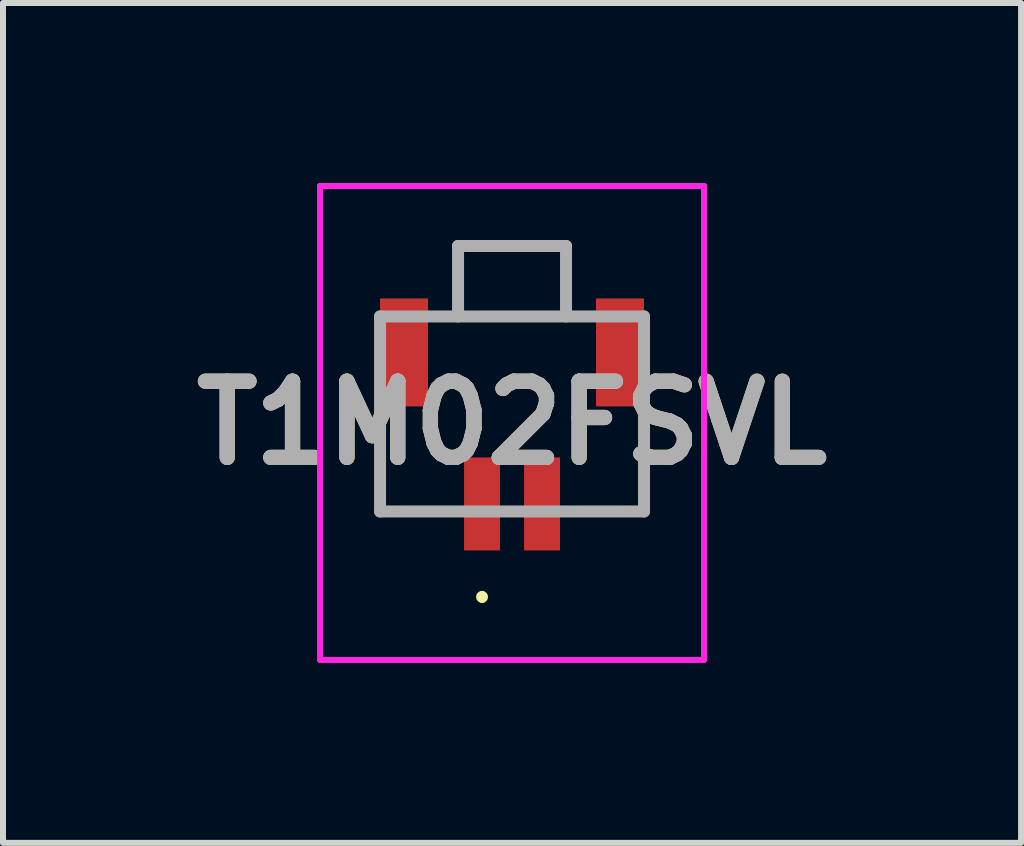
<source format=kicad_pcb>
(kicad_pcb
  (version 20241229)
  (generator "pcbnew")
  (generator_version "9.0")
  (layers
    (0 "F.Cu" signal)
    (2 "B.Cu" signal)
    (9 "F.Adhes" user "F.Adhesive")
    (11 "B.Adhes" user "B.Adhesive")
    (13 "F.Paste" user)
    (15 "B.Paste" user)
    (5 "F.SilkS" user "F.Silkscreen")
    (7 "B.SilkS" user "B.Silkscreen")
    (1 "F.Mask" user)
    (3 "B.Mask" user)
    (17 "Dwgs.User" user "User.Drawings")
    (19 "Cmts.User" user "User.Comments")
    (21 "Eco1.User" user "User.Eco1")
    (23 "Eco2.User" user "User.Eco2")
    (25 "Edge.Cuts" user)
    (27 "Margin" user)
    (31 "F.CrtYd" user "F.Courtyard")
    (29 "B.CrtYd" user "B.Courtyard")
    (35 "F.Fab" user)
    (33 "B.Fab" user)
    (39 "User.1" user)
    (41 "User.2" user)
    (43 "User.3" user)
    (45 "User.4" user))
  (footprint "T1M02FSVL"
    (layer "F.Cu")
    (at 5.485 3.85)
    (property "Reference" "T1M02FSVL" (at 0 0.15 0) (layer "F.SilkS") (effects (font (size 1.27 1.27) (thickness 0.254))))
    (attr smd)
    (fp_line (start -2.2 0.3) (end -2.2 1.625) (stroke (width 0.1) (type solid)) (layer "F.SilkS"))
    (fp_line (start -0.5 3) (end -0.5 3) (stroke (width 0.1) (type solid)) (layer "F.SilkS"))
    (fp_line (start -0.5 3.1) (end -0.5 3.1) (stroke (width 0.1) (type solid)) (layer "F.SilkS"))
    (fp_line (start 0.9 -1.625) (end -0.9 -1.625) (stroke (width 0.1) (type solid)) (layer "F.SilkS"))
    (fp_line (start 2.2 0.3) (end 2.2 1.5) (stroke (width 0.1) (type solid)) (layer "F.SilkS"))
    (fp_arc (start -0.5 3) (mid -0.45 3.05) (end -0.5 3.1) (stroke (width 0.1) (type solid)) (layer "F.SilkS"))
    (fp_arc (start -0.5 3.1) (mid -0.55 3.05) (end -0.5 3) (stroke (width 0.1) (type solid)) (layer "F.SilkS"))
    (fp_line (start -3.2 -3.8) (end 3.2 -3.8) (stroke (width 0.1) (type solid)) (layer "F.CrtYd"))
    (fp_line (start -3.2 4.1) (end -3.2 -3.8) (stroke (width 0.1) (type solid)) (layer "F.CrtYd"))
    (fp_line (start 3.2 -3.8) (end 3.2 4.1) (stroke (width 0.1) (type solid)) (layer "F.CrtYd"))
    (fp_line (start 3.2 4.1) (end -3.2 4.1) (stroke (width 0.1) (type solid)) (layer "F.CrtYd"))
    (fp_line (start -2.2 -1.625) (end 2.2 -1.625) (stroke (width 0.2) (type solid)) (layer "F.Fab"))
    (fp_line (start -2.2 1.625) (end -2.2 -1.625) (stroke (width 0.2) (type solid)) (layer "F.Fab"))
    (fp_line (start -0.9 -2.8) (end 0.9 -2.8) (stroke (width 0.2) (type solid)) (layer "F.Fab"))
    (fp_line (start -0.9 -1.625) (end -0.9 -2.8) (stroke (width 0.2) (type solid)) (layer "F.Fab"))
    (fp_line (start 0.9 -2.8) (end 0.9 -1.625) (stroke (width 0.2) (type solid)) (layer "F.Fab"))
    (fp_line (start 2.2 -1.625) (end 2.2 1.625) (stroke (width 0.2) (type solid)) (layer "F.Fab"))
    (fp_line (start 2.2 1.625) (end -2.2 1.625) (stroke (width 0.2) (type solid)) (layer "F.Fab"))
    (fp_text user "${REFERENCE}" (at 0 0.15 0) (layer "F.Fab") (effects (font (size 1.27 1.27) (thickness 0.254))))
    (pad "1" smd rect (at -0.5 1.5) (size 0.6 1.55) (layers "F.Cu" "F.Mask" "F.Paste"))
    (pad "2" smd rect (at 0.5 1.5) (size 0.6 1.55) (layers "F.Cu" "F.Mask" "F.Paste"))
    (pad "MP1" smd rect (at -1.8 -1.025) (size 0.8 1.8) (layers "F.Cu" "F.Mask" "F.Paste"))
    (pad "MP2" smd rect (at 1.8 -1.025) (size 0.8 1.8) (layers "F.Cu" "F.Mask" "F.Paste")))
  (gr_rect
    (start -3 -3)
    (end 13.97 11)
    (stroke (width 0.1) (type default))
    (fill no)
    (layer "Edge.Cuts")))
</source>
